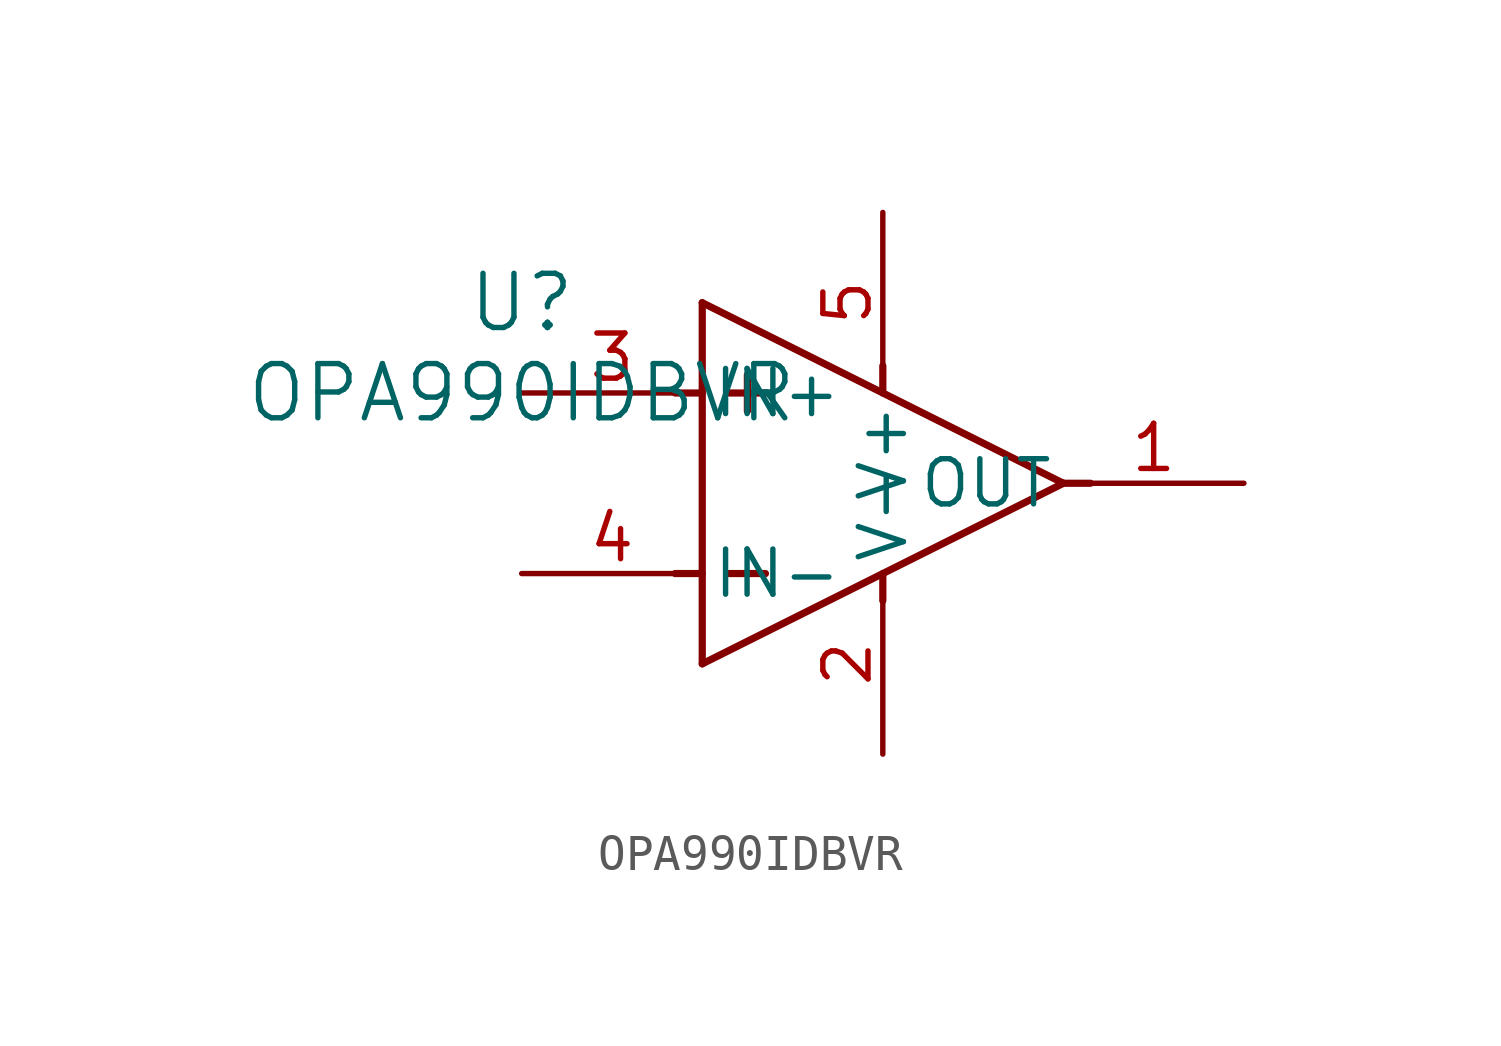
<source format=kicad_sym>
(kicad_symbol_lib
  (version 20211014)
  (generator kicad_symbol_editor)
  (symbol "OPA990IDBVR"
    (pin_names
      (offset 0.254))
    (property "Reference" "U"
      (at 0 2.54 0)
      (effects (font (size 1.524 1.524))))
    (property "Value" "OPA990IDBVR"
      (at 0 0 0)
      (effects (font (size 1.524 1.524))))
    (symbol "OPA990IDBVR_0_1"
      (polyline (pts (xy 5.08 2.54) (xy 15.24 -2.54)) (stroke (width 0.203) (type default) (color 0 0 0 0)) (fill (type none)))
      (polyline (pts (xy 5.08 -7.62) (xy 15.24 -2.54)) (stroke (width 0.203) (type default) (color 0 0 0 0)) (fill (type none)))
      (polyline (pts (xy 5.08 -7.62) (xy 5.08 2.54)) (stroke (width 0.203) (type default) (color 0 0 0 0)) (fill (type none)))
      (polyline (pts (xy 5.08 0) (xy 4.318 0)) (stroke (width 0.203) (type default) (color 0 0 0 0)) (fill (type none)))
      (polyline (pts (xy 5.08 -5.08) (xy 4.318 -5.08)) (stroke (width 0.203) (type default) (color 0 0 0 0)) (fill (type none)))
      (polyline (pts (xy 15.24 -2.54) (xy 16.002 -2.54)) (stroke (width 0.203) (type default) (color 0 0 0 0)) (fill (type none)))
      (polyline (pts (xy 10.16 0) (xy 10.16 0.762)) (stroke (width 0.203) (type default) (color 0 0 0 0)) (fill (type none)))
      (polyline (pts (xy 10.16 -5.08) (xy 10.16 -5.842)) (stroke (width 0.203) (type default) (color 0 0 0 0)) (fill (type none)))
      (polyline (pts (xy 6.858 -5.08) (xy 5.842 -5.08)) (stroke (width 0.203) (type default) (color 0 0 0 0)) (fill (type none)))
      (polyline (pts (xy 6.35 -0.508) (xy 6.35 0.508)) (stroke (width 0.203) (type default) (color 0 0 0 0)) (fill (type none)))
      (polyline (pts (xy 6.858 0) (xy 5.842 0)) (stroke (width 0.203) (type default) (color 0 0 0 0)) (fill (type none)))
      (pin unspecified line (at 20.32 -2.54 180) (length 5.08) (name "OUT" (effects (font (size 1.27 1.27)))) (number "1" (effects (font (size 1.27 1.27)))))
      (pin power_in line (at 10.16 -10.16 90) (length 5.08) (name "V-" (effects (font (size 1.27 1.27)))) (number "2" (effects (font (size 1.27 1.27)))))
      (pin tri_state line (at 0 0 0) (length 5.08) (name "IN+" (effects (font (size 1.27 1.27)))) (number "3" (effects (font (size 1.27 1.27)))))
      (pin tri_state line (at 0 -5.08 0) (length 5.08) (name "IN-" (effects (font (size 1.27 1.27)))) (number "4" (effects (font (size 1.27 1.27)))))
      (pin power_in line (at 10.16 5.08 270) (length 5.08) (name "V+" (effects (font (size 1.27 1.27)))) (number "5" (effects (font (size 1.27 1.27))))))))
</source>
